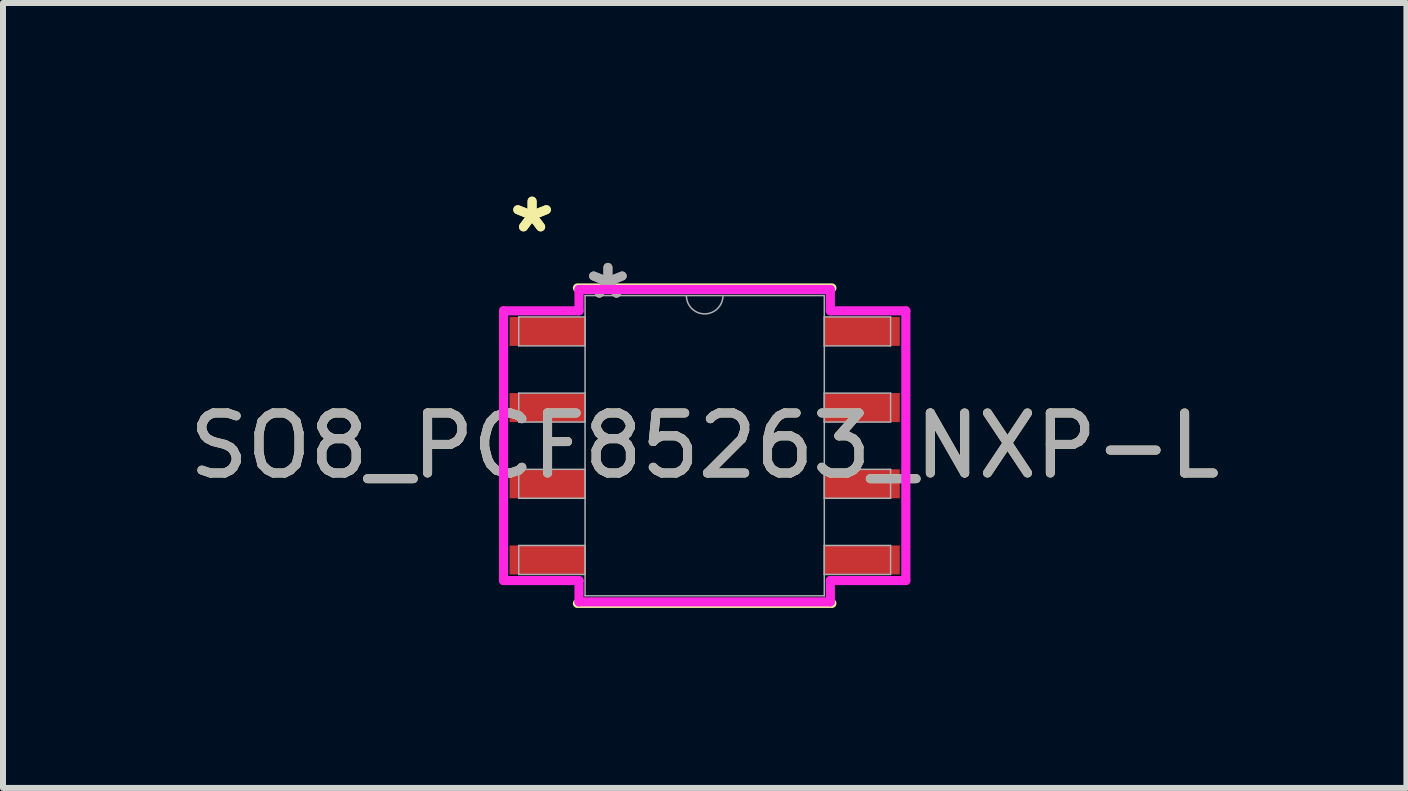
<source format=kicad_pcb>
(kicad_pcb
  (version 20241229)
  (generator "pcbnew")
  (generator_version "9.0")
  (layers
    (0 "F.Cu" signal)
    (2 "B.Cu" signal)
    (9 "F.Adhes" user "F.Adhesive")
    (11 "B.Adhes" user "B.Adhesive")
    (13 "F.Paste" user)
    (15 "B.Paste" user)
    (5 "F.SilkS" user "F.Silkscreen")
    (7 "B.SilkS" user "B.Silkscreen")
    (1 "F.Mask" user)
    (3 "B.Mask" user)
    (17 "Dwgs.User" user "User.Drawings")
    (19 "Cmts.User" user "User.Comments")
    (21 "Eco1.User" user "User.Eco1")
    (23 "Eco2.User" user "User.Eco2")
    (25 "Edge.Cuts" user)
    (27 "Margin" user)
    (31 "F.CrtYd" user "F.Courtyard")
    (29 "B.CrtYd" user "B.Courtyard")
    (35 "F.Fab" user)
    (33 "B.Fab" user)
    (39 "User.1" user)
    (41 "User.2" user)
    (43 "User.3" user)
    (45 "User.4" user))
  (footprint "SO8_PCF85263_NXP-L"
    (layer "F.Cu")
    (at 8.696 4.379)
    (property "Reference" "SO8_PCF85263_NXP-L" (at 0 0 0) (unlocked yes) (layer "F.SilkS") (effects (font (size 1 1) (thickness 0.15))))
    (attr smd)
    (fp_line (start -2.121 2.629) (end 2.121 2.629) (stroke (width 0.152) (type solid)) (layer "F.SilkS"))
    (fp_line (start 2.121 -2.629) (end -2.121 -2.629) (stroke (width 0.152) (type solid)) (layer "F.SilkS"))
    (fp_line (start -3.353 -2.248) (end -2.095 -2.248) (stroke (width 0.152) (type solid)) (layer "F.CrtYd"))
    (fp_line (start -3.353 2.248) (end -3.353 -2.248) (stroke (width 0.152) (type solid)) (layer "F.CrtYd"))
    (fp_line (start -3.353 2.248) (end -2.095 2.248) (stroke (width 0.152) (type solid)) (layer "F.CrtYd"))
    (fp_line (start -2.095 -2.603) (end 2.095 -2.603) (stroke (width 0.152) (type solid)) (layer "F.CrtYd"))
    (fp_line (start -2.095 -2.248) (end -2.095 -2.603) (stroke (width 0.152) (type solid)) (layer "F.CrtYd"))
    (fp_line (start -2.095 2.603) (end -2.095 2.248) (stroke (width 0.152) (type solid)) (layer "F.CrtYd"))
    (fp_line (start 2.095 -2.603) (end 2.095 -2.248) (stroke (width 0.152) (type solid)) (layer "F.CrtYd"))
    (fp_line (start 2.095 2.248) (end 2.095 2.603) (stroke (width 0.152) (type solid)) (layer "F.CrtYd"))
    (fp_line (start 2.095 2.603) (end -2.095 2.603) (stroke (width 0.152) (type solid)) (layer "F.CrtYd"))
    (fp_line (start 3.353 -2.248) (end 2.095 -2.248) (stroke (width 0.152) (type solid)) (layer "F.CrtYd"))
    (fp_line (start 3.353 -2.248) (end 3.353 2.248) (stroke (width 0.152) (type solid)) (layer "F.CrtYd"))
    (fp_line (start 3.353 2.248) (end 2.095 2.248) (stroke (width 0.152) (type solid)) (layer "F.CrtYd"))
    (fp_line (start -3.099 -2.146) (end -3.099 -1.664) (stroke (width 0.025) (type solid)) (layer "F.Fab"))
    (fp_line (start -3.099 -1.664) (end -1.994 -1.664) (stroke (width 0.025) (type solid)) (layer "F.Fab"))
    (fp_line (start -3.099 -0.876) (end -3.099 -0.394) (stroke (width 0.025) (type solid)) (layer "F.Fab"))
    (fp_line (start -3.099 -0.394) (end -1.994 -0.394) (stroke (width 0.025) (type solid)) (layer "F.Fab"))
    (fp_line (start -3.099 0.394) (end -3.099 0.876) (stroke (width 0.025) (type solid)) (layer "F.Fab"))
    (fp_line (start -3.099 0.876) (end -1.994 0.876) (stroke (width 0.025) (type solid)) (layer "F.Fab"))
    (fp_line (start -3.099 1.664) (end -3.099 2.146) (stroke (width 0.025) (type solid)) (layer "F.Fab"))
    (fp_line (start -3.099 2.146) (end -1.994 2.146) (stroke (width 0.025) (type solid)) (layer "F.Fab"))
    (fp_line (start -1.994 -2.502) (end -1.994 2.502) (stroke (width 0.025) (type solid)) (layer "F.Fab"))
    (fp_line (start -1.994 -2.146) (end -3.099 -2.146) (stroke (width 0.025) (type solid)) (layer "F.Fab"))
    (fp_line (start -1.994 -1.664) (end -1.994 -2.146) (stroke (width 0.025) (type solid)) (layer "F.Fab"))
    (fp_line (start -1.994 -0.876) (end -3.099 -0.876) (stroke (width 0.025) (type solid)) (layer "F.Fab"))
    (fp_line (start -1.994 -0.394) (end -1.994 -0.876) (stroke (width 0.025) (type solid)) (layer "F.Fab"))
    (fp_line (start -1.994 0.394) (end -3.099 0.394) (stroke (width 0.025) (type solid)) (layer "F.Fab"))
    (fp_line (start -1.994 0.876) (end -1.994 0.394) (stroke (width 0.025) (type solid)) (layer "F.Fab"))
    (fp_line (start -1.994 1.664) (end -3.099 1.664) (stroke (width 0.025) (type solid)) (layer "F.Fab"))
    (fp_line (start -1.994 2.146) (end -1.994 1.664) (stroke (width 0.025) (type solid)) (layer "F.Fab"))
    (fp_line (start -1.994 2.502) (end 1.994 2.502) (stroke (width 0.025) (type solid)) (layer "F.Fab"))
    (fp_line (start 1.994 -2.502) (end -1.994 -2.502) (stroke (width 0.025) (type solid)) (layer "F.Fab"))
    (fp_line (start 1.994 -2.146) (end 1.994 -1.664) (stroke (width 0.025) (type solid)) (layer "F.Fab"))
    (fp_line (start 1.994 -1.664) (end 3.099 -1.664) (stroke (width 0.025) (type solid)) (layer "F.Fab"))
    (fp_line (start 1.994 -0.876) (end 1.994 -0.394) (stroke (width 0.025) (type solid)) (layer "F.Fab"))
    (fp_line (start 1.994 -0.394) (end 3.099 -0.394) (stroke (width 0.025) (type solid)) (layer "F.Fab"))
    (fp_line (start 1.994 0.394) (end 1.994 0.876) (stroke (width 0.025) (type solid)) (layer "F.Fab"))
    (fp_line (start 1.994 0.876) (end 3.099 0.876) (stroke (width 0.025) (type solid)) (layer "F.Fab"))
    (fp_line (start 1.994 1.664) (end 1.994 2.146) (stroke (width 0.025) (type solid)) (layer "F.Fab"))
    (fp_line (start 1.994 2.146) (end 3.099 2.146) (stroke (width 0.025) (type solid)) (layer "F.Fab"))
    (fp_line (start 1.994 2.502) (end 1.994 -2.502) (stroke (width 0.025) (type solid)) (layer "F.Fab"))
    (fp_line (start 3.099 -2.146) (end 1.994 -2.146) (stroke (width 0.025) (type solid)) (layer "F.Fab"))
    (fp_line (start 3.099 -1.664) (end 3.099 -2.146) (stroke (width 0.025) (type solid)) (layer "F.Fab"))
    (fp_line (start 3.099 -0.876) (end 1.994 -0.876) (stroke (width 0.025) (type solid)) (layer "F.Fab"))
    (fp_line (start 3.099 -0.394) (end 3.099 -0.876) (stroke (width 0.025) (type solid)) (layer "F.Fab"))
    (fp_line (start 3.099 0.394) (end 1.994 0.394) (stroke (width 0.025) (type solid)) (layer "F.Fab"))
    (fp_line (start 3.099 0.876) (end 3.099 0.394) (stroke (width 0.025) (type solid)) (layer "F.Fab"))
    (fp_line (start 3.099 1.664) (end 1.994 1.664) (stroke (width 0.025) (type solid)) (layer "F.Fab"))
    (fp_line (start 3.099 2.146) (end 3.099 1.664) (stroke (width 0.025) (type solid)) (layer "F.Fab"))
    (fp_arc (start 0.3048 -2.5019) (mid 0 -2.1971) (end -0.3048 -2.5019) (stroke (width 0.0254) (type solid)) (layer "F.Fab"))
    (fp_text user "*" (at -2.877 -3.531 0) (unlocked yes) (layer "F.SilkS") (effects (font (size 1 1) (thickness 0.15))))
    (fp_text user "*" (at -2.877 -3.531 0) (layer "F.SilkS") (effects (font (size 1 1) (thickness 0.15))))
    (fp_text user "${REFERENCE}" (at 0 0 0) (unlocked yes) (layer "F.Fab") (effects (font (size 1 1) (thickness 0.15))))
    (fp_text user "*" (at -1.613 -2.426 0) (layer "F.Fab") (effects (font (size 1 1) (thickness 0.15))))
    (fp_text user "*" (at -1.613 -2.426 0) (unlocked yes) (layer "F.Fab") (effects (font (size 1 1) (thickness 0.15))))
    (pad "1" smd rect (at -2.623 -1.905) (size 1.257 0.483) (layers "F.Cu" "F.Mask" "F.Paste"))
    (pad "2" smd rect (at -2.623 -0.635) (size 1.257 0.483) (layers "F.Cu" "F.Mask" "F.Paste"))
    (pad "3" smd rect (at -2.623 0.635) (size 1.257 0.483) (layers "F.Cu" "F.Mask" "F.Paste"))
    (pad "4" smd rect (at -2.623 1.905) (size 1.257 0.483) (layers "F.Cu" "F.Mask" "F.Paste"))
    (pad "5" smd rect (at 2.623 1.905) (size 1.257 0.483) (layers "F.Cu" "F.Mask" "F.Paste"))
    (pad "6" smd rect (at 2.623 0.635) (size 1.257 0.483) (layers "F.Cu" "F.Mask" "F.Paste"))
    (pad "7" smd rect (at 2.623 -0.635) (size 1.257 0.483) (layers "F.Cu" "F.Mask" "F.Paste"))
    (pad "8" smd rect (at 2.623 -1.905) (size 1.257 0.483) (layers "F.Cu" "F.Mask" "F.Paste")))
  (gr_rect
    (start -3 -3)
    (end 20.393 10.084)
    (stroke (width 0.1) (type default))
    (fill no)
    (layer "Edge.Cuts")))
</source>
